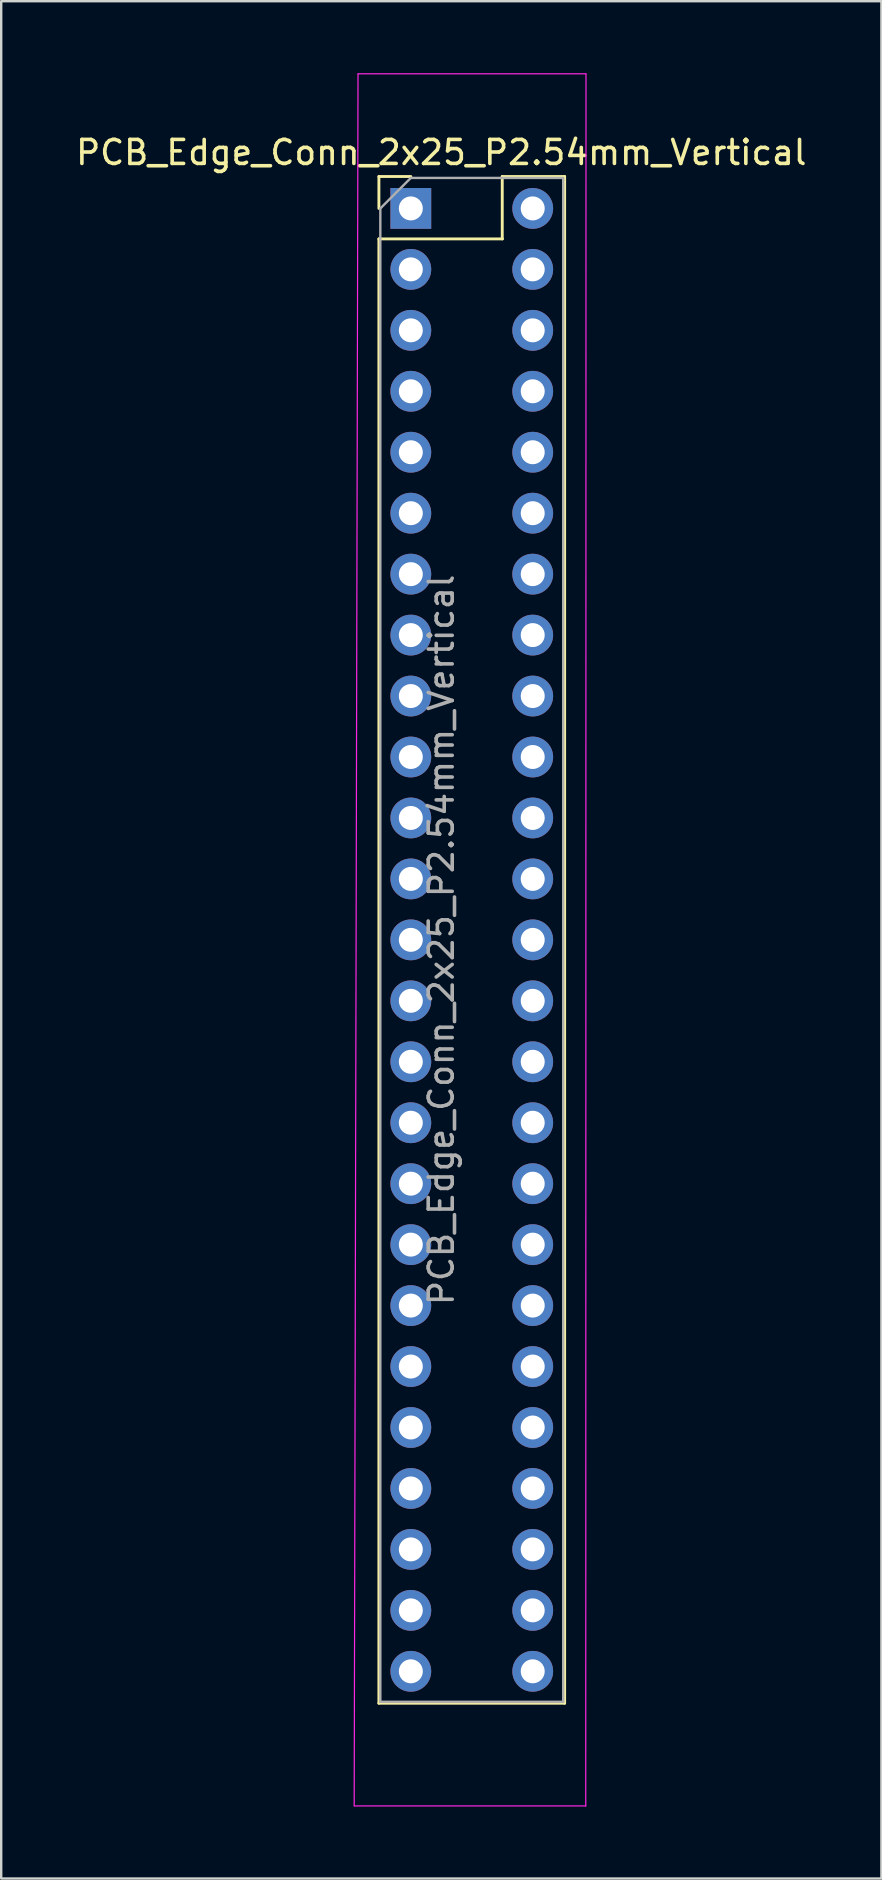
<source format=kicad_pcb>
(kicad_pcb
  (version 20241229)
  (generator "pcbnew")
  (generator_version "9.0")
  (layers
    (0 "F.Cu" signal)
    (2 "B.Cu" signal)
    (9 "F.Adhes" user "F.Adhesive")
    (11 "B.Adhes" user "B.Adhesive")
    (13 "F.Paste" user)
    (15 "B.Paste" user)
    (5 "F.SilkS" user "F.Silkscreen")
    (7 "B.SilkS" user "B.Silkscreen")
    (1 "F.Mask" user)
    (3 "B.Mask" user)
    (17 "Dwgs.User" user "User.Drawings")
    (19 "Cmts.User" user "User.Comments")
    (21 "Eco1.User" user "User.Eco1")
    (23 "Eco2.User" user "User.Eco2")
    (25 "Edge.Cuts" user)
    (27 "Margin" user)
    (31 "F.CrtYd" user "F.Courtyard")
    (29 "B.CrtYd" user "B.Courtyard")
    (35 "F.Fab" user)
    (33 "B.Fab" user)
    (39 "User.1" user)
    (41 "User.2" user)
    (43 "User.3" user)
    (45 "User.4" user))
  (footprint "PCB_Edge_Conn_2x25_P2.54mm_Vertical"
    (layer "F.Cu")
    (at 16.609 5.635)
    (property "Reference" "PCB_Edge_Conn_2x25_P2.54mm_Vertical" (at -1.27 -2.33 0) (layer "F.SilkS") (effects (font (size 1 1) (thickness 0.15))))
    (attr through_hole)
    (fp_line (start -3.87 -1.33) (end -2.54 -1.33) (stroke (width 0.12) (type solid)) (layer "F.SilkS"))
    (fp_line (start -3.87 0) (end -3.87 -1.33) (stroke (width 0.12) (type solid)) (layer "F.SilkS"))
    (fp_line (start -3.87 1.27) (end -3.87 62.29) (stroke (width 0.12) (type solid)) (layer "F.SilkS"))
    (fp_line (start -3.87 1.27) (end 1.28 1.27) (stroke (width 0.12) (type solid)) (layer "F.SilkS"))
    (fp_line (start -3.87 62.29) (end 3.87 62.29) (stroke (width 0.12) (type solid)) (layer "F.SilkS"))
    (fp_line (start 1.27 -1.33) (end 3.87 -1.33) (stroke (width 0.12) (type solid)) (layer "F.SilkS"))
    (fp_line (start 1.27 1.27) (end 1.27 -1.33) (stroke (width 0.12) (type solid)) (layer "F.SilkS"))
    (fp_line (start 3.87 -1.33) (end 3.87 62.29) (stroke (width 0.12) (type solid)) (layer "F.SilkS"))
    (fp_line (start -4.89 66.57) (end 4.75 66.57) (stroke (width 0.05) (type solid)) (layer "F.CrtYd"))
    (fp_line (start -4.74 -5.6) (end -4.9 66.57) (stroke (width 0.05) (type solid)) (layer "F.CrtYd"))
    (fp_line (start 4.75 66.57) (end 4.76 -5.6) (stroke (width 0.05) (type solid)) (layer "F.CrtYd"))
    (fp_line (start 4.76 -5.61) (end -4.74 -5.61) (stroke (width 0.05) (type solid)) (layer "F.CrtYd"))
    (fp_line (start -3.81 0) (end -2.54 -1.27) (stroke (width 0.1) (type solid)) (layer "F.Fab"))
    (fp_line (start -3.81 62.23) (end -3.81 0) (stroke (width 0.1) (type solid)) (layer "F.Fab"))
    (fp_line (start -2.54 -1.27) (end 3.79 -1.27) (stroke (width 0.1) (type solid)) (layer "F.Fab"))
    (fp_line (start 3.81 -1.27) (end 3.81 62.23) (stroke (width 0.1) (type solid)) (layer "F.Fab"))
    (fp_line (start 3.81 62.23) (end -3.81 62.23) (stroke (width 0.1) (type solid)) (layer "F.Fab"))
    (fp_text user "${REFERENCE}" (at -1.27 30.48 90) (layer "F.Fab") (effects (font (size 1 1) (thickness 0.15))))
    (pad "1" thru_hole rect (at -2.54 0) (size 1.7 1.7) (drill 1) (layers "*.Cu" "*.Mask"))
    (pad "2" thru_hole oval (at 2.54 0) (size 1.7 1.7) (drill 1) (layers "*.Cu" "*.Mask"))
    (pad "3" thru_hole oval (at -2.54 2.54) (size 1.7 1.7) (drill 1) (layers "*.Cu" "*.Mask"))
    (pad "4" thru_hole oval (at 2.54 2.54) (size 1.7 1.7) (drill 1) (layers "*.Cu" "*.Mask"))
    (pad "5" thru_hole oval (at -2.54 5.08) (size 1.7 1.7) (drill 1) (layers "*.Cu" "*.Mask"))
    (pad "6" thru_hole oval (at 2.54 5.08) (size 1.7 1.7) (drill 1) (layers "*.Cu" "*.Mask"))
    (pad "7" thru_hole oval (at -2.54 7.62) (size 1.7 1.7) (drill 1) (layers "*.Cu" "*.Mask"))
    (pad "8" thru_hole oval (at 2.54 7.62) (size 1.7 1.7) (drill 1) (layers "*.Cu" "*.Mask"))
    (pad "9" thru_hole oval (at -2.54 10.16) (size 1.7 1.7) (drill 1) (layers "*.Cu" "*.Mask"))
    (pad "10" thru_hole oval (at 2.54 10.16) (size 1.7 1.7) (drill 1) (layers "*.Cu" "*.Mask"))
    (pad "11" thru_hole oval (at -2.54 12.7) (size 1.7 1.7) (drill 1) (layers "*.Cu" "*.Mask"))
    (pad "12" thru_hole oval (at 2.54 12.7) (size 1.7 1.7) (drill 1) (layers "*.Cu" "*.Mask"))
    (pad "13" thru_hole oval (at -2.54 15.24) (size 1.7 1.7) (drill 1) (layers "*.Cu" "*.Mask"))
    (pad "14" thru_hole oval (at 2.54 15.24) (size 1.7 1.7) (drill 1) (layers "*.Cu" "*.Mask"))
    (pad "15" thru_hole oval (at -2.54 17.78) (size 1.7 1.7) (drill 1) (layers "*.Cu" "*.Mask"))
    (pad "16" thru_hole oval (at 2.54 17.78) (size 1.7 1.7) (drill 1) (layers "*.Cu" "*.Mask"))
    (pad "17" thru_hole oval (at -2.54 20.32) (size 1.7 1.7) (drill 1) (layers "*.Cu" "*.Mask"))
    (pad "18" thru_hole oval (at 2.54 20.32) (size 1.7 1.7) (drill 1) (layers "*.Cu" "*.Mask"))
    (pad "19" thru_hole oval (at -2.54 22.86) (size 1.7 1.7) (drill 1) (layers "*.Cu" "*.Mask"))
    (pad "20" thru_hole oval (at 2.54 22.86) (size 1.7 1.7) (drill 1) (layers "*.Cu" "*.Mask"))
    (pad "21" thru_hole oval (at -2.54 25.4) (size 1.7 1.7) (drill 1) (layers "*.Cu" "*.Mask"))
    (pad "22" thru_hole oval (at 2.54 25.4) (size 1.7 1.7) (drill 1) (layers "*.Cu" "*.Mask"))
    (pad "23" thru_hole oval (at -2.54 27.94) (size 1.7 1.7) (drill 1) (layers "*.Cu" "*.Mask"))
    (pad "24" thru_hole oval (at 2.54 27.94) (size 1.7 1.7) (drill 1) (layers "*.Cu" "*.Mask"))
    (pad "25" thru_hole oval (at -2.54 30.48) (size 1.7 1.7) (drill 1) (layers "*.Cu" "*.Mask"))
    (pad "26" thru_hole oval (at 2.54 30.48) (size 1.7 1.7) (drill 1) (layers "*.Cu" "*.Mask"))
    (pad "27" thru_hole oval (at -2.54 33.02) (size 1.7 1.7) (drill 1) (layers "*.Cu" "*.Mask"))
    (pad "28" thru_hole oval (at 2.54 33.02) (size 1.7 1.7) (drill 1) (layers "*.Cu" "*.Mask"))
    (pad "29" thru_hole oval (at -2.54 35.56) (size 1.7 1.7) (drill 1) (layers "*.Cu" "*.Mask"))
    (pad "30" thru_hole oval (at 2.54 35.56) (size 1.7 1.7) (drill 1) (layers "*.Cu" "*.Mask"))
    (pad "31" thru_hole oval (at -2.54 38.1) (size 1.7 1.7) (drill 1) (layers "*.Cu" "*.Mask"))
    (pad "32" thru_hole oval (at 2.54 38.1) (size 1.7 1.7) (drill 1) (layers "*.Cu" "*.Mask"))
    (pad "33" thru_hole oval (at -2.54 40.64) (size 1.7 1.7) (drill 1) (layers "*.Cu" "*.Mask"))
    (pad "34" thru_hole oval (at 2.54 40.64) (size 1.7 1.7) (drill 1) (layers "*.Cu" "*.Mask"))
    (pad "35" thru_hole oval (at -2.54 43.18) (size 1.7 1.7) (drill 1) (layers "*.Cu" "*.Mask"))
    (pad "36" thru_hole oval (at 2.54 43.18) (size 1.7 1.7) (drill 1) (layers "*.Cu" "*.Mask"))
    (pad "37" thru_hole oval (at -2.54 45.72) (size 1.7 1.7) (drill 1) (layers "*.Cu" "*.Mask"))
    (pad "38" thru_hole oval (at 2.54 45.72) (size 1.7 1.7) (drill 1) (layers "*.Cu" "*.Mask"))
    (pad "39" thru_hole oval (at -2.54 48.26) (size 1.7 1.7) (drill 1) (layers "*.Cu" "*.Mask"))
    (pad "40" thru_hole oval (at 2.54 48.26) (size 1.7 1.7) (drill 1) (layers "*.Cu" "*.Mask"))
    (pad "41" thru_hole oval (at -2.54 50.8) (size 1.7 1.7) (drill 1) (layers "*.Cu" "*.Mask"))
    (pad "42" thru_hole oval (at 2.54 50.8) (size 1.7 1.7) (drill 1) (layers "*.Cu" "*.Mask"))
    (pad "43" thru_hole oval (at -2.54 53.34) (size 1.7 1.7) (drill 1) (layers "*.Cu" "*.Mask"))
    (pad "44" thru_hole oval (at 2.54 53.34) (size 1.7 1.7) (drill 1) (layers "*.Cu" "*.Mask"))
    (pad "45" thru_hole oval (at -2.54 55.88) (size 1.7 1.7) (drill 1) (layers "*.Cu" "*.Mask"))
    (pad "46" thru_hole oval (at 2.54 55.88) (size 1.7 1.7) (drill 1) (layers "*.Cu" "*.Mask"))
    (pad "47" thru_hole oval (at -2.54 58.42) (size 1.7 1.7) (drill 1) (layers "*.Cu" "*.Mask"))
    (pad "48" thru_hole oval (at 2.54 58.42) (size 1.7 1.7) (drill 1) (layers "*.Cu" "*.Mask"))
    (pad "49" thru_hole oval (at -2.54 60.96) (size 1.7 1.7) (drill 1) (layers "*.Cu" "*.Mask"))
    (pad "50" thru_hole oval (at 2.54 60.96) (size 1.7 1.7) (drill 1) (layers "*.Cu" "*.Mask")))
  (gr_rect
    (start -3 -3)
    (end 33.679 75.23)
    (stroke (width 0.1) (type default))
    (fill no)
    (layer "Edge.Cuts")))
</source>
